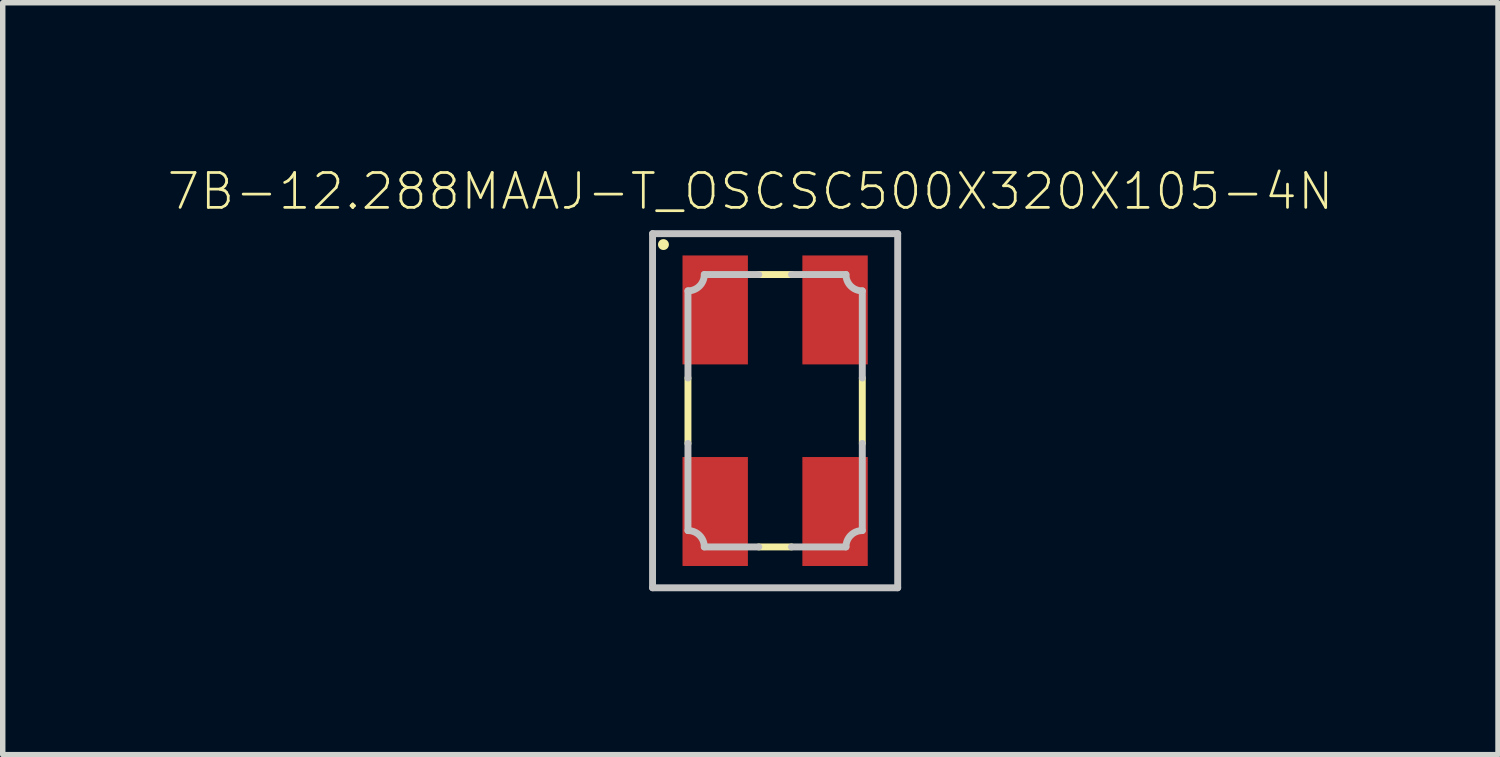
<source format=kicad_pcb>
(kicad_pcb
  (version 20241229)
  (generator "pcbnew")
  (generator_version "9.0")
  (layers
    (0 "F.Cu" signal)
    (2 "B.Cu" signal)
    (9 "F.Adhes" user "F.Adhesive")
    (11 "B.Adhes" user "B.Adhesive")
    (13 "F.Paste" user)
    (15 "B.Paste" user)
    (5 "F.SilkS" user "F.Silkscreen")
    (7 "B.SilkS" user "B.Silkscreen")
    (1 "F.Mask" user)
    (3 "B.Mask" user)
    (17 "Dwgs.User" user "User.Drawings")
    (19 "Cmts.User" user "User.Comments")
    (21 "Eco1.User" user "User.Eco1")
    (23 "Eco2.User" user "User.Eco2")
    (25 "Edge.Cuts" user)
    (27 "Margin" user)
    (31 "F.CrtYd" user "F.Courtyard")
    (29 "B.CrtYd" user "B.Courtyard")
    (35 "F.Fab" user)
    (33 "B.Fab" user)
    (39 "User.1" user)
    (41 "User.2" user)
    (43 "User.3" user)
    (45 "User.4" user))
  (footprint "7B-12.288MAAJ-T_OSCSC500X320X105-4N"
    (layer "F.Cu")
    (at 11.178 4.489)
    (property "Reference" "7B-12.288MAAJ-T_OSCSC500X320X105-4N" (at -0.454 -4.026 0) (layer "F.SilkS") (effects (font (size 0.64 0.64) (thickness 0.05))))
    (attr smd)
    (fp_line (start -1.6 -0.6) (end -1.6 0.6) (stroke (width 0.127) (type solid)) (layer "F.SilkS"))
    (fp_line (start 0.3 -2.5) (end -0.3 -2.5) (stroke (width 0.127) (type solid)) (layer "F.SilkS"))
    (fp_line (start 0.3 2.5) (end -0.3 2.5) (stroke (width 0.127) (type solid)) (layer "F.SilkS"))
    (fp_line (start 1.6 -0.6) (end 1.6 0.6) (stroke (width 0.127) (type solid)) (layer "F.SilkS"))
    (fp_circle (center -2.05 -3.05) (end -1.95 -3.05) (stroke (width 0) (type solid)) (fill yes) (layer "F.SilkS"))
    (fp_line (start -2.25 -3.25) (end -2.25 3.25) (stroke (width 0.127) (type solid)) (layer "Dwgs.User"))
    (fp_line (start -2.25 3.25) (end 2.25 3.25) (stroke (width 0.127) (type solid)) (layer "Dwgs.User"))
    (fp_line (start -1.6 -2.2) (end -1.6 -0.6) (stroke (width 0.127) (type solid)) (layer "Dwgs.User"))
    (fp_line (start -1.6 0.6) (end -1.6 2.2) (stroke (width 0.127) (type solid)) (layer "Dwgs.User"))
    (fp_line (start -1.3 2.5) (end -0.3 2.5) (stroke (width 0.127) (type solid)) (layer "Dwgs.User"))
    (fp_line (start -0.3 -2.5) (end -1.3 -2.5) (stroke (width 0.127) (type solid)) (layer "Dwgs.User"))
    (fp_line (start 0.3 -2.5) (end 1.3 -2.5) (stroke (width 0.127) (type solid)) (layer "Dwgs.User"))
    (fp_line (start 1.3 2.5) (end 0.3 2.5) (stroke (width 0.127) (type solid)) (layer "Dwgs.User"))
    (fp_line (start 1.6 -2.2) (end 1.6 -0.6) (stroke (width 0.127) (type solid)) (layer "Dwgs.User"))
    (fp_line (start 1.6 0.6) (end 1.6 2.2) (stroke (width 0.127) (type solid)) (layer "Dwgs.User"))
    (fp_line (start 2.25 -3.25) (end -2.25 -3.25) (stroke (width 0.127) (type solid)) (layer "Dwgs.User"))
    (fp_line (start 2.25 3.25) (end 2.25 -3.25) (stroke (width 0.127) (type solid)) (layer "Dwgs.User"))
    (fp_arc (start -1.6 2.2) (mid -1.387868 2.287868) (end -1.3 2.5) (stroke (width 0.127) (type solid)) (layer "Dwgs.User"))
    (fp_arc (start -1.3 -2.5) (mid -1.387868 -2.287868) (end -1.6 -2.2) (stroke (width 0.127) (type solid)) (layer "Dwgs.User"))
    (fp_arc (start 1.3 2.5) (mid 1.387868 2.287868) (end 1.6 2.2) (stroke (width 0.127) (type solid)) (layer "Dwgs.User"))
    (fp_arc (start 1.6 -2.2) (mid 1.387868 -2.287868) (end 1.3 -2.5) (stroke (width 0.127) (type solid)) (layer "Dwgs.User"))
    (pad "1" smd rect (at -1.1 -1.85 270) (size 2 1.2) (layers "F.Cu" "F.Mask" "F.Paste"))
    (pad "2" smd rect (at -1.1 1.85 270) (size 2 1.2) (layers "F.Cu" "F.Mask" "F.Paste"))
    (pad "3" smd rect (at 1.1 1.85 270) (size 2 1.2) (layers "F.Cu" "F.Mask" "F.Paste"))
    (pad "4" smd rect (at 1.1 -1.85 270) (size 2 1.2) (layers "F.Cu" "F.Mask" "F.Paste")))
  (gr_rect
    (start -3 -3)
    (end 24.447 10.802)
    (stroke (width 0.1) (type default))
    (fill no)
    (layer "Edge.Cuts")))
</source>
